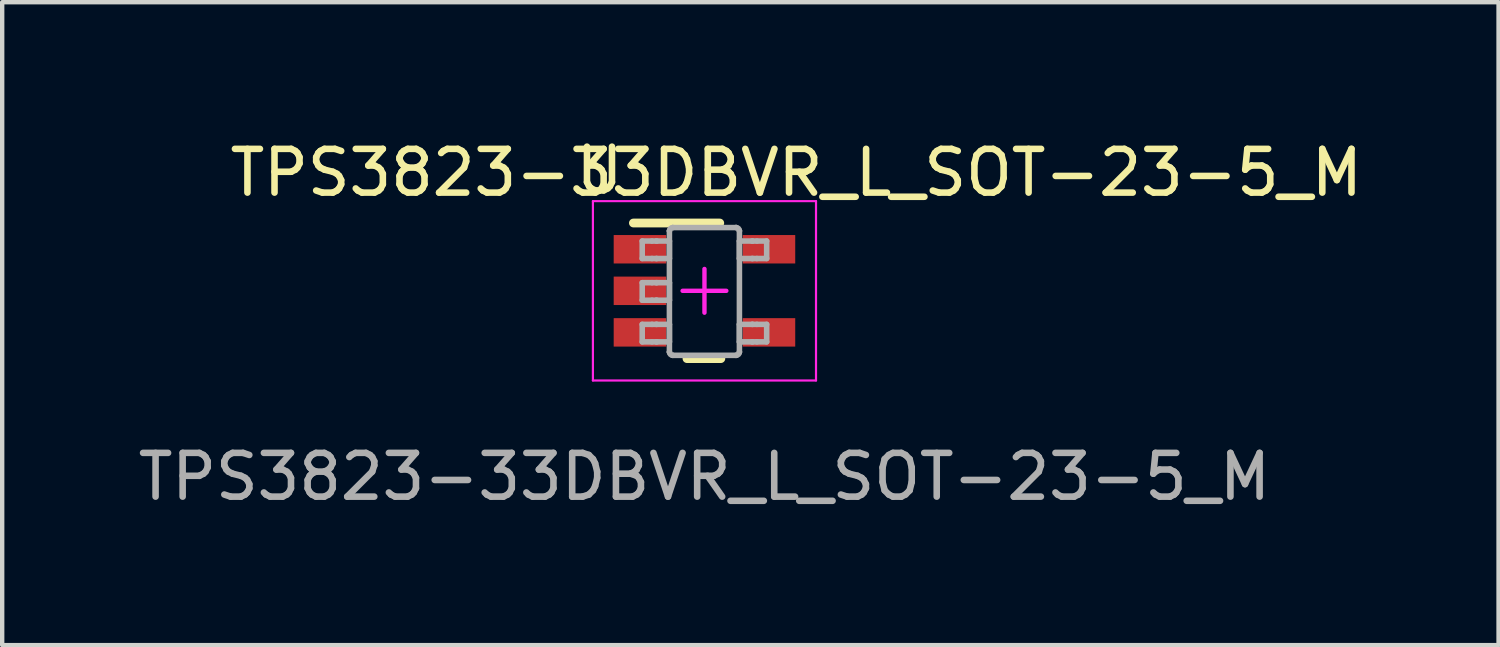
<source format=kicad_pcb>
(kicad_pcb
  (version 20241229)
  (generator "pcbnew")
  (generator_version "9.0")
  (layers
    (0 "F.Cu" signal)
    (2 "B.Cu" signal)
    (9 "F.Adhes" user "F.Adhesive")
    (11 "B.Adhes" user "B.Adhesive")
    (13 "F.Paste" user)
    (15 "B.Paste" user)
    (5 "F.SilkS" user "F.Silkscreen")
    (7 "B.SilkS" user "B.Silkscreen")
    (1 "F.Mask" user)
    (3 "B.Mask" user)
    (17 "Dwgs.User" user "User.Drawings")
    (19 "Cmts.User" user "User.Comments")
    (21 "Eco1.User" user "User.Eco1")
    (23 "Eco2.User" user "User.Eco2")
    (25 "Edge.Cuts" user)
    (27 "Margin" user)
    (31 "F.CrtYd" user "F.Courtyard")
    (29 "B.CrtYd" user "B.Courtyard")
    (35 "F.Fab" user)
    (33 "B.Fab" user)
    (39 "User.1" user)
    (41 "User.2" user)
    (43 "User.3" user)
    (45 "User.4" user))
  (footprint "TPS3823-33DBVR_L_SOT-23-5_M"
    (layer "F.Cu")
    (at 13.054 3.598)
    (property "Reference" "TPS3823-33DBVR_L_SOT-23-5_M" (at 2.1 -2.7 0) (unlocked yes) (layer "F.SilkS") (effects (font (size 1 1) (thickness 0.15))))
    (attr smd)
    (fp_line (start -1.625 -1.55) (end 0.35 -1.55) (stroke (width 0.2) (type solid)) (layer "F.SilkS"))
    (fp_line (start -0.4 1.55) (end 0.375 1.55) (stroke (width 0.2) (type solid)) (layer "F.SilkS"))
    (fp_line (start -2.55 -2.05) (end 2.55 -2.05) (stroke (width 0.05) (type solid)) (layer "F.CrtYd"))
    (fp_line (start -2.55 2.05) (end -2.55 -2.05) (stroke (width 0.05) (type solid)) (layer "F.CrtYd"))
    (fp_line (start -2.55 2.05) (end 2.55 2.05) (stroke (width 0.05) (type solid)) (layer "F.CrtYd"))
    (fp_line (start -0.5 0) (end 0.5 0) (stroke (width 0.1) (type solid)) (layer "F.CrtYd"))
    (fp_line (start 0 0.5) (end 0 -0.5) (stroke (width 0.1) (type solid)) (layer "F.CrtYd"))
    (fp_line (start 2.55 2.05) (end 2.55 -2.05) (stroke (width 0.05) (type solid)) (layer "F.CrtYd"))
    (fp_line (start -1.423 -1.138) (end -1.199 -1.138) (stroke (width 0.127) (type solid)) (layer "F.Fab"))
    (fp_line (start -1.423 -0.738) (end -1.423 -1.138) (stroke (width 0.127) (type solid)) (layer "F.Fab"))
    (fp_line (start -1.423 -0.738) (end -1.199 -0.738) (stroke (width 0.127) (type solid)) (layer "F.Fab"))
    (fp_line (start -1.423 -0.186) (end -1.199 -0.186) (stroke (width 0.127) (type solid)) (layer "F.Fab"))
    (fp_line (start -1.423 0.215) (end -1.423 -0.186) (stroke (width 0.127) (type solid)) (layer "F.Fab"))
    (fp_line (start -1.423 0.215) (end -1.199 0.215) (stroke (width 0.127) (type solid)) (layer "F.Fab"))
    (fp_line (start -1.423 0.767) (end -1.199 0.767) (stroke (width 0.127) (type solid)) (layer "F.Fab"))
    (fp_line (start -1.423 1.167) (end -1.423 0.767) (stroke (width 0.127) (type solid)) (layer "F.Fab"))
    (fp_line (start -1.423 1.167) (end -1.199 1.167) (stroke (width 0.127) (type solid)) (layer "F.Fab"))
    (fp_line (start -1.199 -1.138) (end -1.105 -1.138) (stroke (width 0.127) (type solid)) (layer "F.Fab"))
    (fp_line (start -1.199 -0.738) (end -1.105 -0.738) (stroke (width 0.127) (type solid)) (layer "F.Fab"))
    (fp_line (start -1.199 -0.186) (end -1.105 -0.186) (stroke (width 0.127) (type solid)) (layer "F.Fab"))
    (fp_line (start -1.199 0.215) (end -1.105 0.215) (stroke (width 0.127) (type solid)) (layer "F.Fab"))
    (fp_line (start -1.199 0.767) (end -1.105 0.767) (stroke (width 0.127) (type solid)) (layer "F.Fab"))
    (fp_line (start -1.199 1.167) (end -1.105 1.167) (stroke (width 0.127) (type solid)) (layer "F.Fab"))
    (fp_line (start -1.105 -1.138) (end -1.088 -1.138) (stroke (width 0.127) (type solid)) (layer "F.Fab"))
    (fp_line (start -1.105 -0.738) (end -1.088 -0.738) (stroke (width 0.127) (type solid)) (layer "F.Fab"))
    (fp_line (start -1.105 -0.186) (end -1.088 -0.186) (stroke (width 0.127) (type solid)) (layer "F.Fab"))
    (fp_line (start -1.105 0.215) (end -1.088 0.215) (stroke (width 0.127) (type solid)) (layer "F.Fab"))
    (fp_line (start -1.105 0.767) (end -1.088 0.767) (stroke (width 0.127) (type solid)) (layer "F.Fab"))
    (fp_line (start -1.105 1.167) (end -1.088 1.167) (stroke (width 0.127) (type solid)) (layer "F.Fab"))
    (fp_line (start -1.088 -1.138) (end -0.835 -1.138) (stroke (width 0.127) (type solid)) (layer "F.Fab"))
    (fp_line (start -1.088 -0.738) (end -0.835 -0.738) (stroke (width 0.127) (type solid)) (layer "F.Fab"))
    (fp_line (start -1.088 -0.186) (end -0.835 -0.186) (stroke (width 0.127) (type solid)) (layer "F.Fab"))
    (fp_line (start -1.088 0.215) (end -0.835 0.215) (stroke (width 0.127) (type solid)) (layer "F.Fab"))
    (fp_line (start -1.088 0.767) (end -0.835 0.767) (stroke (width 0.127) (type solid)) (layer "F.Fab"))
    (fp_line (start -1.088 1.167) (end -0.835 1.167) (stroke (width 0.127) (type solid)) (layer "F.Fab"))
    (fp_line (start -0.835 -1.138) (end -0.801 -1.138) (stroke (width 0.127) (type solid)) (layer "F.Fab"))
    (fp_line (start -0.835 -0.738) (end -0.801 -0.738) (stroke (width 0.127) (type solid)) (layer "F.Fab"))
    (fp_line (start -0.835 -0.186) (end -0.801 -0.186) (stroke (width 0.127) (type solid)) (layer "F.Fab"))
    (fp_line (start -0.835 0.215) (end -0.801 0.215) (stroke (width 0.127) (type solid)) (layer "F.Fab"))
    (fp_line (start -0.835 0.767) (end -0.801 0.767) (stroke (width 0.127) (type solid)) (layer "F.Fab"))
    (fp_line (start -0.835 1.167) (end -0.801 1.167) (stroke (width 0.127) (type solid)) (layer "F.Fab"))
    (fp_line (start -0.801 -1.37) (end -0.801 -1.371) (stroke (width 0.127) (type solid)) (layer "F.Fab"))
    (fp_line (start -0.801 -0.738) (end -0.801 -1.138) (stroke (width 0.127) (type solid)) (layer "F.Fab"))
    (fp_line (start -0.801 0.215) (end -0.801 -0.186) (stroke (width 0.127) (type solid)) (layer "F.Fab"))
    (fp_line (start -0.801 1.167) (end -0.801 0.767) (stroke (width 0.127) (type solid)) (layer "F.Fab"))
    (fp_line (start -0.801 1.399) (end -0.801 -1.37) (stroke (width 0.127) (type solid)) (layer "F.Fab"))
    (fp_line (start -0.801 1.4) (end -0.801 1.399) (stroke (width 0.127) (type solid)) (layer "F.Fab"))
    (fp_line (start -0.725 -1.446) (end -0.725 -1.446) (stroke (width 0.127) (type solid)) (layer "F.Fab"))
    (fp_line (start -0.725 1.475) (end -0.725 1.475) (stroke (width 0.127) (type solid)) (layer "F.Fab"))
    (fp_line (start -0.725 -1.446) (end 0.723 -1.446) (stroke (width 0.127) (type solid)) (layer "F.Fab"))
    (fp_line (start -0.725 1.475) (end 0.723 1.475) (stroke (width 0.127) (type solid)) (layer "F.Fab"))
    (fp_line (start 0.723 -1.446) (end 0.724 -1.446) (stroke (width 0.127) (type solid)) (layer "F.Fab"))
    (fp_line (start 0.723 1.475) (end 0.724 1.475) (stroke (width 0.127) (type solid)) (layer "F.Fab"))
    (fp_line (start 0.799 -1.37) (end 0.799 -1.371) (stroke (width 0.127) (type solid)) (layer "F.Fab"))
    (fp_line (start 0.799 -1.138) (end 0.834 -1.138) (stroke (width 0.127) (type solid)) (layer "F.Fab"))
    (fp_line (start 0.799 -0.738) (end 0.799 -1.138) (stroke (width 0.127) (type solid)) (layer "F.Fab"))
    (fp_line (start 0.799 -0.738) (end 0.834 -0.738) (stroke (width 0.127) (type solid)) (layer "F.Fab"))
    (fp_line (start 0.799 0.767) (end 0.834 0.767) (stroke (width 0.127) (type solid)) (layer "F.Fab"))
    (fp_line (start 0.799 1.167) (end 0.799 0.767) (stroke (width 0.127) (type solid)) (layer "F.Fab"))
    (fp_line (start 0.799 1.167) (end 0.834 1.167) (stroke (width 0.127) (type solid)) (layer "F.Fab"))
    (fp_line (start 0.799 1.399) (end 0.799 -1.37) (stroke (width 0.127) (type solid)) (layer "F.Fab"))
    (fp_line (start 0.799 1.4) (end 0.799 1.399) (stroke (width 0.127) (type solid)) (layer "F.Fab"))
    (fp_line (start 0.834 -1.138) (end 1.087 -1.138) (stroke (width 0.127) (type solid)) (layer "F.Fab"))
    (fp_line (start 0.834 -0.738) (end 1.087 -0.738) (stroke (width 0.127) (type solid)) (layer "F.Fab"))
    (fp_line (start 0.834 0.767) (end 1.087 0.767) (stroke (width 0.127) (type solid)) (layer "F.Fab"))
    (fp_line (start 0.834 1.167) (end 1.087 1.167) (stroke (width 0.127) (type solid)) (layer "F.Fab"))
    (fp_line (start 1.087 -1.138) (end 1.103 -1.138) (stroke (width 0.127) (type solid)) (layer "F.Fab"))
    (fp_line (start 1.087 -0.738) (end 1.103 -0.738) (stroke (width 0.127) (type solid)) (layer "F.Fab"))
    (fp_line (start 1.087 0.767) (end 1.103 0.767) (stroke (width 0.127) (type solid)) (layer "F.Fab"))
    (fp_line (start 1.087 1.167) (end 1.103 1.167) (stroke (width 0.127) (type solid)) (layer "F.Fab"))
    (fp_line (start 1.103 -1.138) (end 1.198 -1.138) (stroke (width 0.127) (type solid)) (layer "F.Fab"))
    (fp_line (start 1.103 -0.738) (end 1.198 -0.738) (stroke (width 0.127) (type solid)) (layer "F.Fab"))
    (fp_line (start 1.103 0.767) (end 1.198 0.767) (stroke (width 0.127) (type solid)) (layer "F.Fab"))
    (fp_line (start 1.103 1.167) (end 1.198 1.167) (stroke (width 0.127) (type solid)) (layer "F.Fab"))
    (fp_line (start 1.198 -1.138) (end 1.422 -1.138) (stroke (width 0.127) (type solid)) (layer "F.Fab"))
    (fp_line (start 1.198 -0.738) (end 1.422 -0.738) (stroke (width 0.127) (type solid)) (layer "F.Fab"))
    (fp_line (start 1.198 0.767) (end 1.422 0.767) (stroke (width 0.127) (type solid)) (layer "F.Fab"))
    (fp_line (start 1.198 1.167) (end 1.422 1.167) (stroke (width 0.127) (type solid)) (layer "F.Fab"))
    (fp_line (start 1.422 -0.738) (end 1.422 -1.138) (stroke (width 0.127) (type solid)) (layer "F.Fab"))
    (fp_line (start 1.422 1.167) (end 1.422 0.767) (stroke (width 0.127) (type solid)) (layer "F.Fab"))
    (fp_arc (start -0.80074 -1.37084) (mid -0.778218 -1.423887) (end -0.724999 -1.445998) (stroke (width 0.127) (type solid)) (layer "F.Fab"))
    (fp_arc (start -0.724999 1.475) (mid -0.778213 1.452901) (end -0.80074 1.399867) (stroke (width 0.127) (type solid)) (layer "F.Fab"))
    (fp_arc (start 0.723714 -1.445998) (mid 0.776933 -1.423887) (end 0.799455 -1.37084) (stroke (width 0.127) (type solid)) (layer "F.Fab"))
    (fp_arc (start 0.799455 1.399868) (mid 0.776927 1.452901) (end 0.723713 1.475) (stroke (width 0.127) (type solid)) (layer "F.Fab"))
    (fp_text user "U" (at -2.4 -2.75 0) (unlocked yes) (layer "F.SilkS") (effects (font (size 1 1) (thickness 0.15))))
    (fp_text user "${REFERENCE}" (at 0 4.25 0) (unlocked yes) (layer "F.Fab") (effects (font (size 1 1) (thickness 0.15))))
    (pad "1" smd rect (at -1.475 -0.95 90) (size 0.65 1.2) (layers "F.Cu" "F.Mask" "F.Paste"))
    (pad "2" smd rect (at -1.475 0 90) (size 0.65 1.2) (layers "F.Cu" "F.Mask" "F.Paste"))
    (pad "3" smd rect (at -1.475 0.95 90) (size 0.65 1.2) (layers "F.Cu" "F.Mask" "F.Paste"))
    (pad "4" smd rect (at 1.475 0.95 90) (size 0.65 1.2) (layers "F.Cu" "F.Mask" "F.Paste"))
    (pad "5" smd rect (at 1.475 -0.95 90) (size 0.65 1.2) (layers "F.Cu" "F.Mask" "F.Paste")))
  (gr_rect
    (start -3 -3)
    (end 31.207 11.697)
    (stroke (width 0.1) (type default))
    (fill no)
    (layer "Edge.Cuts")))
</source>
